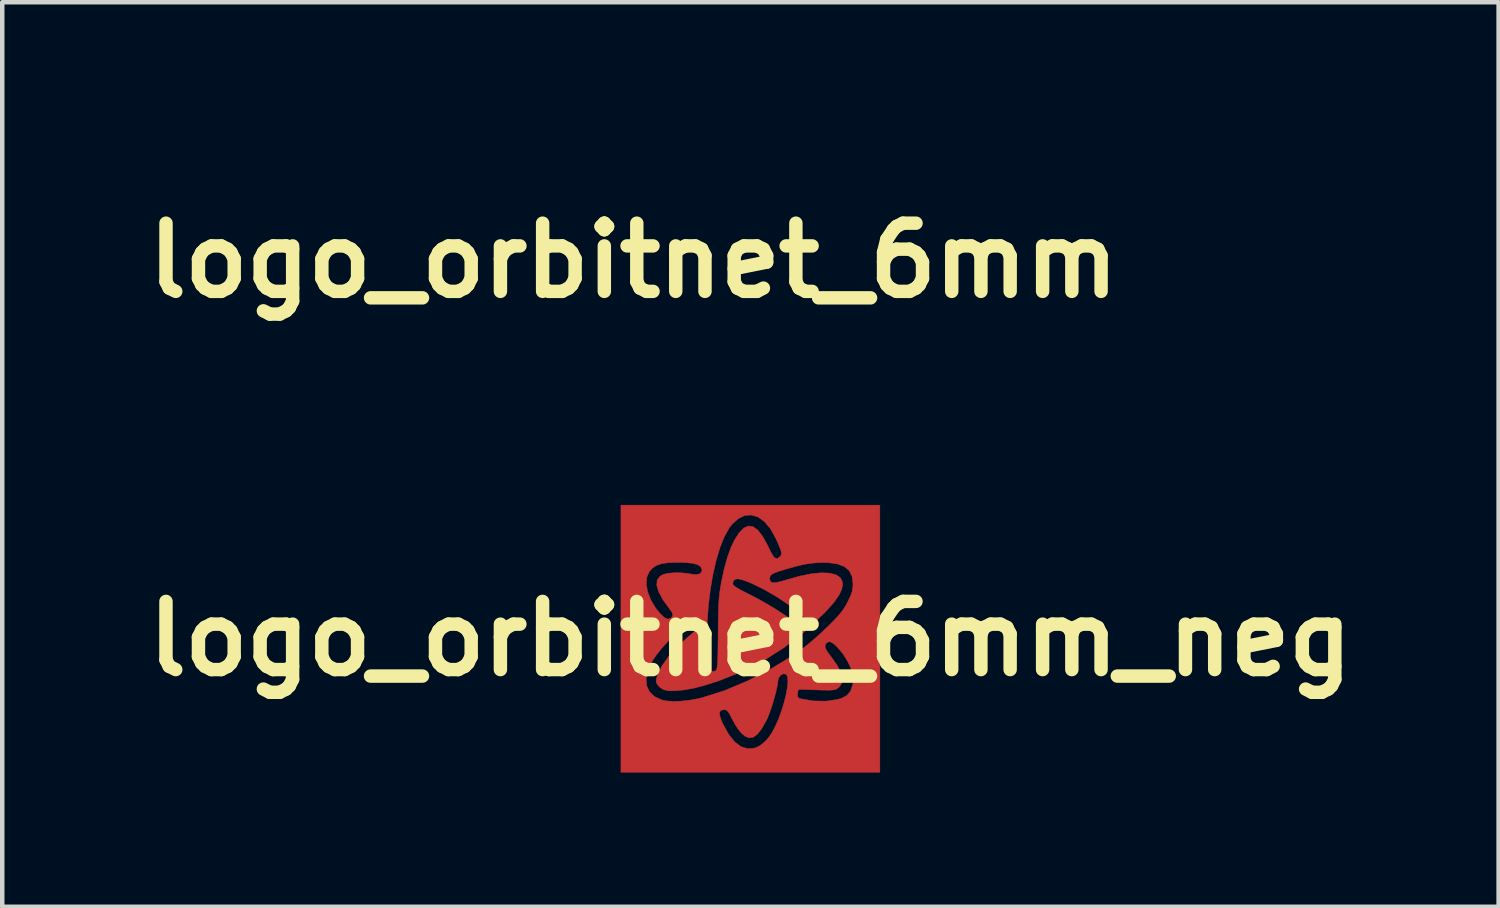
<source format=kicad_pcb>
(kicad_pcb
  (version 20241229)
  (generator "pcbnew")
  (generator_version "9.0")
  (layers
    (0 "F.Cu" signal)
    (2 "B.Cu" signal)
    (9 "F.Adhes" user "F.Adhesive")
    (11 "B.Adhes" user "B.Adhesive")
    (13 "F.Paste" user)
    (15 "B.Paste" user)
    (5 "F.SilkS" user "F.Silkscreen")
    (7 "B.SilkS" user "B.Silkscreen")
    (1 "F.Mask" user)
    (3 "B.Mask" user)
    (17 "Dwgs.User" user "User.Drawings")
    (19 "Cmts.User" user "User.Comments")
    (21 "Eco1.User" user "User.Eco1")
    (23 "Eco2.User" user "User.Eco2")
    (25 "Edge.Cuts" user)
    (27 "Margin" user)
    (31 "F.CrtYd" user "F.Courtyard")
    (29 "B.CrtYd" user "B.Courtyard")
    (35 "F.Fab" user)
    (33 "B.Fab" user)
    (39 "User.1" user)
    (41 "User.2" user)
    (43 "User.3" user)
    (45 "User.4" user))
  (footprint "logo_orbitnet_6mm_neg"
    (layer "F.Cu")
    (at 13.723 11.227)
    (property "Reference" "logo_orbitnet_6mm_neg" (at 0 0 0) (layer "F.SilkS") (effects (font (size 1.524 1.524) (thickness 0.3))))
    (attr through_hole)
    (fp_poly (pts (xy 2.894 2.986) (xy -2.894 2.986) (xy -2.894 1.64) (xy -0.69 1.64) (xy -0.686 1.718) (xy -0.646 1.835) (xy -0.61 1.914) (xy -0.484 2.141) (xy -0.35 2.307) (xy -0.209 2.413) (xy -0.06 2.458) (xy 0.095 2.443) (xy 0.175 2.412) (xy 0.257 2.358) (xy 0.348 2.277) (xy 0.394 2.227) (xy 0.476 2.109) (xy 0.556 1.96) (xy 0.632 1.788) (xy 0.699 1.603) (xy 0.756 1.416) (xy 0.8 1.237) (xy 0.803 1.223) (xy 1.053 1.223) (xy 1.054 1.295) (xy 1.084 1.33) (xy 1.115 1.34) (xy 1.405 1.39) (xy 1.687 1.396) (xy 1.945 1.358) (xy 2.04 1.33) (xy 2.157 1.268) (xy 2.237 1.173) (xy 2.287 1.034) (xy 2.301 0.95) (xy 2.294 0.82) (xy 2.248 0.664) (xy 2.17 0.497) (xy 2.067 0.335) (xy 1.946 0.19) (xy 1.901 0.146) (xy 1.819 0.082) (xy 1.759 0.065) (xy 1.707 0.091) (xy 1.699 0.099) (xy 1.67 0.143) (xy 1.671 0.195) (xy 1.706 0.268) (xy 1.78 0.371) (xy 1.798 0.395) (xy 1.934 0.586) (xy 2.02 0.746) (xy 2.057 0.878) (xy 2.046 0.987) (xy 1.988 1.075) (xy 1.983 1.08) (xy 1.943 1.114) (xy 1.9 1.135) (xy 1.84 1.146) (xy 1.749 1.15) (xy 1.612 1.148) (xy 1.591 1.147) (xy 1.445 1.143) (xy 1.31 1.139) (xy 1.207 1.134) (xy 1.17 1.132) (xy 1.097 1.131) (xy 1.065 1.155) (xy 1.053 1.22) (xy 1.053 1.223) (xy 0.803 1.223) (xy 0.829 1.075) (xy 0.838 0.939) (xy 0.827 0.841) (xy 0.795 0.791) (xy 0.734 0.783) (xy 0.673 0.818) (xy 0.628 0.882) (xy 0.616 0.94) (xy 0.605 1.031) (xy 0.577 1.163) (xy 0.536 1.319) (xy 0.487 1.483) (xy 0.435 1.638) (xy 0.385 1.767) (xy 0.362 1.816) (xy 0.257 2.003) (xy 0.159 2.131) (xy 0.064 2.202) (xy -0.029 2.216) (xy -0.126 2.175) (xy -0.208 2.103) (xy -0.278 2.014) (xy -0.353 1.896) (xy -0.412 1.787) (xy -0.467 1.679) (xy -0.51 1.617) (xy -0.551 1.59) (xy -0.582 1.586) (xy -0.655 1.598) (xy -0.69 1.64) (xy -2.894 1.64) (xy -2.894 0.885) (xy -2.331 0.885) (xy -2.318 1.051) (xy -2.252 1.19) (xy -2.136 1.297) (xy -1.972 1.37) (xy -1.893 1.388) (xy -1.75 1.401) (xy -1.568 1.396) (xy -1.367 1.375) (xy -1.166 1.339) (xy -1.079 1.318) (xy -0.577 1.159) (xy -0.061 0.942) (xy 0.468 0.666) (xy 0.743 0.503) (xy 0.979 0.352) (xy 1.185 0.206) (xy 1.38 0.049) (xy 1.582 -0.131) (xy 1.728 -0.27) (xy 1.873 -0.414) (xy 1.981 -0.531) (xy 2.062 -0.634) (xy 2.128 -0.736) (xy 2.175 -0.822) (xy 2.238 -0.956) (xy 2.275 -1.06) (xy 2.29 -1.157) (xy 2.293 -1.232) (xy 2.272 -1.396) (xy 2.208 -1.523) (xy 2.1 -1.614) (xy 1.944 -1.673) (xy 1.738 -1.7) (xy 1.627 -1.702) (xy 1.477 -1.698) (xy 1.339 -1.685) (xy 1.196 -1.661) (xy 1.033 -1.623) (xy 0.832 -1.567) (xy 0.77 -1.549) (xy 0.622 -1.503) (xy 0.524 -1.466) (xy 0.467 -1.431) (xy 0.439 -1.393) (xy 0.431 -1.344) (xy 0.431 -1.338) (xy 0.444 -1.282) (xy 0.486 -1.255) (xy 0.564 -1.254) (xy 0.686 -1.28) (xy 0.818 -1.319) (xy 1.107 -1.401) (xy 1.365 -1.453) (xy 1.588 -1.474) (xy 1.773 -1.466) (xy 1.915 -1.429) (xy 2.012 -1.362) (xy 2.059 -1.267) (xy 2.063 -1.222) (xy 2.042 -1.103) (xy 1.976 -0.967) (xy 1.864 -0.81) (xy 1.702 -0.627) (xy 1.632 -0.555) (xy 1.198 -0.15) (xy 0.753 0.197) (xy 0.289 0.493) (xy -0.202 0.742) (xy -0.729 0.948) (xy -1.058 1.052) (xy -1.279 1.108) (xy -1.489 1.145) (xy -1.676 1.164) (xy -1.83 1.163) (xy -1.936 1.14) (xy -2.019 1.09) (xy -2.077 1.029) (xy -2.105 0.973) (xy -2.106 0.915) (xy -2.083 0.835) (xy -1.978 0.61) (xy -1.817 0.379) (xy -1.608 0.15) (xy -1.415 -0.02) (xy -0.969 -0.02) (xy -0.958 0.254) (xy -0.942 0.45) (xy -0.922 0.591) (xy -0.896 0.681) (xy -0.863 0.726) (xy -0.819 0.732) (xy -0.771 0.71) (xy -0.757 0.692) (xy -0.746 0.653) (xy -0.738 0.586) (xy -0.731 0.486) (xy -0.727 0.345) (xy -0.724 0.156) (xy -0.722 -0.087) (xy -0.722 -0.113) (xy -0.72 -0.375) (xy -0.716 -0.585) (xy -0.71 -0.756) (xy -0.701 -0.898) (xy -0.688 -1.022) (xy -0.671 -1.139) (xy -0.653 -1.24) (xy -0.394 -1.24) (xy -0.39 -1.212) (xy -0.362 -1.18) (xy -0.304 -1.139) (xy -0.209 -1.085) (xy -0.068 -1.013) (xy 0.006 -0.976) (xy 0.187 -0.882) (xy 0.381 -0.772) (xy 0.565 -0.661) (xy 0.717 -0.561) (xy 0.724 -0.557) (xy 0.896 -0.441) (xy 1.029 -0.369) (xy 1.127 -0.338) (xy 1.192 -0.347) (xy 1.218 -0.372) (xy 1.222 -0.428) (xy 1.176 -0.503) (xy 1.076 -0.597) (xy 0.938 -0.703) (xy 0.616 -0.921) (xy 0.307 -1.102) (xy 0.021 -1.241) (xy -0.032 -1.263) (xy -0.179 -1.317) (xy -0.281 -1.339) (xy -0.346 -1.329) (xy -0.382 -1.287) (xy -0.394 -1.24) (xy -0.653 -1.24) (xy -0.652 -1.25) (xy -0.585 -1.562) (xy -0.513 -1.822) (xy -0.434 -2.04) (xy -0.361 -2.195) (xy -0.256 -2.364) (xy -0.151 -2.472) (xy -0.047 -2.519) (xy 0.059 -2.504) (xy 0.165 -2.428) (xy 0.272 -2.291) (xy 0.381 -2.092) (xy 0.391 -2.071) (xy 0.461 -1.929) (xy 0.516 -1.839) (xy 0.562 -1.797) (xy 0.607 -1.795) (xy 0.655 -1.83) (xy 0.661 -1.835) (xy 0.686 -1.867) (xy 0.695 -1.906) (xy 0.685 -1.962) (xy 0.654 -2.047) (xy 0.601 -2.171) (xy 0.563 -2.252) (xy 0.445 -2.463) (xy 0.313 -2.619) (xy 0.171 -2.721) (xy 0.023 -2.766) (xy -0.126 -2.755) (xy -0.272 -2.685) (xy -0.411 -2.558) (xy -0.476 -2.472) (xy -0.583 -2.28) (xy -0.68 -2.037) (xy -0.766 -1.751) (xy -0.839 -1.433) (xy -0.897 -1.091) (xy -0.94 -0.736) (xy -0.964 -0.375) (xy -0.969 -0.02) (xy -1.415 -0.02) (xy -1.379 -0.051) (xy -1.281 -0.133) (xy -1.202 -0.205) (xy -1.155 -0.255) (xy -1.148 -0.267) (xy -1.153 -0.327) (xy -1.199 -0.382) (xy -1.267 -0.416) (xy -1.328 -0.415) (xy -1.374 -0.386) (xy -1.453 -0.321) (xy -1.556 -0.227) (xy -1.676 -0.113) (xy -1.755 -0.033) (xy -1.959 0.185) (xy -2.114 0.377) (xy -2.225 0.551) (xy -2.295 0.712) (xy -2.329 0.867) (xy -2.331 0.885) (xy -2.894 0.885) (xy -2.894 -1.218) (xy -2.327 -1.218) (xy -2.295 -1.044) (xy -2.223 -0.862) (xy -2.114 -0.68) (xy -2.028 -0.572) (xy -1.928 -0.476) (xy -1.846 -0.438) (xy -1.779 -0.457) (xy -1.745 -0.498) (xy -1.733 -0.542) (xy -1.758 -0.6) (xy -1.803 -0.662) (xy -1.953 -0.869) (xy -2.049 -1.046) (xy -2.093 -1.193) (xy -2.084 -1.31) (xy -2.021 -1.396) (xy -1.955 -1.434) (xy -1.845 -1.462) (xy -1.697 -1.475) (xy -1.534 -1.473) (xy -1.379 -1.456) (xy -1.33 -1.446) (xy -1.208 -1.433) (xy -1.124 -1.454) (xy -1.084 -1.509) (xy -1.083 -1.549) (xy -1.111 -1.61) (xy -1.178 -1.655) (xy -1.289 -1.685) (xy -1.451 -1.702) (xy -1.616 -1.706) (xy -1.824 -1.701) (xy -1.983 -1.679) (xy -2.103 -1.637) (xy -2.197 -1.572) (xy -2.261 -1.499) (xy -2.316 -1.373) (xy -2.327 -1.218) (xy -2.894 -1.218) (xy -2.894 -2.986) (xy 2.894 -2.986) (xy 2.894 2.986)) (stroke (width 0.01) (type solid)) (fill yes) (layer "F.Cu")))
  (footprint "logo_orbitnet_6mm"
    (layer "F.Cu")
    (at 11.111 2.773)
    (property "Reference" "logo_orbitnet_6mm" (at 0 0 0) (layer "F.SilkS") (effects (font (size 1.524 1.524) (thickness 0.3))))
    (attr through_hole)
    (fp_poly (pts (xy -0.252 -1.335) (xy -0.135 -1.302) (xy -0.032 -1.263) (xy 0.247 -1.133) (xy 0.553 -0.96) (xy 0.873 -0.749) (xy 0.938 -0.703) (xy 1.087 -0.588) (xy 1.182 -0.495) (xy 1.224 -0.423) (xy 1.218 -0.372) (xy 1.172 -0.339) (xy 1.095 -0.344) (xy 0.986 -0.39) (xy 0.839 -0.478) (xy 0.724 -0.557) (xy 0.574 -0.656) (xy 0.391 -0.767) (xy 0.197 -0.877) (xy 0.015 -0.972) (xy 0.006 -0.976) (xy -0.156 -1.058) (xy -0.27 -1.119) (xy -0.342 -1.164) (xy -0.381 -1.199) (xy -0.395 -1.228) (xy -0.394 -1.24) (xy -0.373 -1.305) (xy -0.328 -1.336) (xy -0.252 -1.335)) (stroke (width 0.01) (type solid)) (fill yes) (layer "F.Mask"))
    (fp_poly (pts (xy -1.411 -1.699) (xy -1.26 -1.68) (xy -1.159 -1.647) (xy -1.102 -1.598) (xy -1.083 -1.549) (xy -1.098 -1.479) (xy -1.16 -1.44) (xy -1.263 -1.434) (xy -1.33 -1.446) (xy -1.436 -1.463) (xy -1.569 -1.474) (xy -1.656 -1.477) (xy -1.846 -1.463) (xy -1.983 -1.418) (xy -2.066 -1.344) (xy -2.096 -1.239) (xy -2.072 -1.103) (xy -1.994 -0.938) (xy -1.864 -0.741) (xy -1.803 -0.662) (xy -1.748 -0.584) (xy -1.733 -0.53) (xy -1.745 -0.498) (xy -1.802 -0.443) (xy -1.874 -0.446) (xy -1.963 -0.505) (xy -2.028 -0.572) (xy -2.159 -0.748) (xy -2.254 -0.931) (xy -2.312 -1.111) (xy -2.328 -1.279) (xy -2.301 -1.424) (xy -2.261 -1.499) (xy -2.181 -1.586) (xy -2.083 -1.647) (xy -1.956 -1.685) (xy -1.789 -1.703) (xy -1.616 -1.706) (xy -1.411 -1.699)) (stroke (width 0.01) (type solid)) (fill yes) (layer "F.Mask"))
    (fp_poly (pts (xy 0.795 0.791) (xy 0.828 0.847) (xy 0.838 0.949) (xy 0.827 1.087) (xy 0.797 1.251) (xy 0.752 1.432) (xy 0.694 1.618) (xy 0.626 1.802) (xy 0.55 1.973) (xy 0.469 2.12) (xy 0.394 2.227) (xy 0.251 2.364) (xy 0.102 2.441) (xy -0.05 2.458) (xy -0.204 2.414) (xy -0.208 2.412) (xy -0.345 2.313) (xy -0.476 2.154) (xy -0.6 1.934) (xy -0.61 1.914) (xy -0.67 1.773) (xy -0.693 1.676) (xy -0.678 1.616) (xy -0.624 1.589) (xy -0.582 1.586) (xy -0.537 1.596) (xy -0.497 1.633) (xy -0.45 1.71) (xy -0.412 1.787) (xy -0.346 1.909) (xy -0.27 2.026) (xy -0.208 2.103) (xy -0.107 2.187) (xy -0.012 2.217) (xy 0.082 2.193) (xy 0.177 2.112) (xy 0.276 1.973) (xy 0.362 1.816) (xy 0.41 1.705) (xy 0.462 1.56) (xy 0.513 1.399) (xy 0.559 1.237) (xy 0.594 1.091) (xy 0.613 0.978) (xy 0.616 0.94) (xy 0.637 0.864) (xy 0.688 0.806) (xy 0.751 0.78) (xy 0.795 0.791)) (stroke (width 0.01) (type solid)) (fill yes) (layer "F.Mask"))
    (fp_poly (pts (xy 1.809 0.077) (xy 1.887 0.134) (xy 1.901 0.146) (xy 2.026 0.281) (xy 2.136 0.439) (xy 2.224 0.606) (xy 2.282 0.767) (xy 2.304 0.908) (xy 2.301 0.95) (xy 2.264 1.112) (xy 2.2 1.227) (xy 2.101 1.304) (xy 2.04 1.33) (xy 1.862 1.374) (xy 1.656 1.397) (xy 1.454 1.398) (xy 1.34 1.385) (xy 1.204 1.36) (xy 1.118 1.34) (xy 1.07 1.318) (xy 1.052 1.288) (xy 1.051 1.245) (xy 1.053 1.223) (xy 1.064 1.157) (xy 1.096 1.132) (xy 1.167 1.132) (xy 1.17 1.132) (xy 1.247 1.136) (xy 1.367 1.141) (xy 1.509 1.145) (xy 1.591 1.147) (xy 1.734 1.15) (xy 1.83 1.147) (xy 1.893 1.137) (xy 1.938 1.117) (xy 1.978 1.085) (xy 1.983 1.08) (xy 2.044 0.993) (xy 2.058 0.886) (xy 2.023 0.755) (xy 1.941 0.597) (xy 1.808 0.408) (xy 1.798 0.395) (xy 1.717 0.285) (xy 1.675 0.207) (xy 1.668 0.152) (xy 1.692 0.107) (xy 1.699 0.099) (xy 1.751 0.066) (xy 1.809 0.077)) (stroke (width 0.01) (type solid)) (fill yes) (layer "F.Mask"))
    (fp_poly (pts (xy 0.098 -2.75) (xy 0.244 -2.677) (xy 0.381 -2.548) (xy 0.507 -2.364) (xy 0.563 -2.252) (xy 0.63 -2.105) (xy 0.672 -2.001) (xy 0.692 -1.932) (xy 0.692 -1.885) (xy 0.675 -1.851) (xy 0.661 -1.835) (xy 0.611 -1.797) (xy 0.567 -1.795) (xy 0.521 -1.833) (xy 0.467 -1.917) (xy 0.399 -2.053) (xy 0.391 -2.071) (xy 0.284 -2.272) (xy 0.182 -2.414) (xy 0.081 -2.496) (xy -0.02 -2.521) (xy -0.123 -2.488) (xy -0.177 -2.449) (xy -0.287 -2.324) (xy -0.39 -2.141) (xy -0.485 -1.901) (xy -0.572 -1.609) (xy -0.648 -1.266) (xy -0.652 -1.25) (xy -0.673 -1.13) (xy -0.689 -1.013) (xy -0.702 -0.889) (xy -0.71 -0.745) (xy -0.716 -0.572) (xy -0.72 -0.358) (xy -0.722 -0.113) (xy -0.724 0.135) (xy -0.727 0.329) (xy -0.731 0.474) (xy -0.737 0.578) (xy -0.745 0.648) (xy -0.756 0.689) (xy -0.77 0.709) (xy -0.771 0.71) (xy -0.829 0.736) (xy -0.871 0.716) (xy -0.893 0.692) (xy -0.912 0.642) (xy -0.93 0.54) (xy -0.947 0.398) (xy -0.958 0.254) (xy -0.97 -0.091) (xy -0.961 -0.448) (xy -0.933 -0.808) (xy -0.887 -1.162) (xy -0.825 -1.499) (xy -0.749 -1.812) (xy -0.661 -2.09) (xy -0.562 -2.323) (xy -0.476 -2.472) (xy -0.342 -2.629) (xy -0.199 -2.728) (xy -0.051 -2.768) (xy 0.098 -2.75)) (stroke (width 0.01) (type solid)) (fill yes) (layer "F.Mask"))
    (fp_poly (pts (xy 1.857 -1.689) (xy 2.036 -1.645) (xy 2.165 -1.569) (xy 2.248 -1.458) (xy 2.288 -1.311) (xy 2.293 -1.232) (xy 2.287 -1.127) (xy 2.266 -1.03) (xy 2.222 -0.919) (xy 2.175 -0.822) (xy 2.06 -0.639) (xy 1.897 -0.438) (xy 1.692 -0.227) (xy 1.454 -0.012) (xy 1.189 0.199) (xy 0.905 0.4) (xy 0.743 0.503) (xy 0.371 0.72) (xy 0.001 0.911) (xy -0.362 1.073) (xy -0.711 1.206) (xy -1.04 1.307) (xy -1.342 1.374) (xy -1.613 1.404) (xy -1.844 1.396) (xy -1.893 1.388) (xy -2.075 1.331) (xy -2.211 1.237) (xy -2.298 1.111) (xy -2.332 0.955) (xy -2.331 0.885) (xy -2.301 0.73) (xy -2.235 0.57) (xy -2.129 0.399) (xy -1.98 0.209) (xy -1.782 -0.006) (xy -1.755 -0.033) (xy -1.631 -0.156) (xy -1.516 -0.264) (xy -1.421 -0.348) (xy -1.353 -0.401) (xy -1.328 -0.415) (xy -1.257 -0.413) (xy -1.191 -0.375) (xy -1.15 -0.319) (xy -1.148 -0.267) (xy -1.179 -0.228) (xy -1.247 -0.163) (xy -1.338 -0.084) (xy -1.379 -0.051) (xy -1.629 0.171) (xy -1.835 0.401) (xy -1.99 0.631) (xy -2.083 0.835) (xy -2.107 0.92) (xy -2.104 0.977) (xy -2.077 1.029) (xy -2.013 1.094) (xy -1.936 1.14) (xy -1.829 1.163) (xy -1.675 1.164) (xy -1.488 1.145) (xy -1.278 1.107) (xy -1.058 1.052) (xy -0.507 0.868) (xy 0.004 0.645) (xy 0.483 0.377) (xy 0.938 0.061) (xy 1.377 -0.31) (xy 1.632 -0.555) (xy 1.812 -0.748) (xy 1.942 -0.914) (xy 2.023 -1.057) (xy 2.06 -1.181) (xy 2.063 -1.222) (xy 2.036 -1.328) (xy 1.958 -1.406) (xy 1.834 -1.455) (xy 1.665 -1.475) (xy 1.456 -1.465) (xy 1.211 -1.425) (xy 0.934 -1.355) (xy 0.818 -1.319) (xy 0.657 -1.272) (xy 0.544 -1.252) (xy 0.474 -1.258) (xy 0.439 -1.292) (xy 0.431 -1.338) (xy 0.437 -1.388) (xy 0.462 -1.427) (xy 0.516 -1.462) (xy 0.609 -1.499) (xy 0.751 -1.543) (xy 0.77 -1.549) (xy 0.983 -1.61) (xy 1.155 -1.653) (xy 1.302 -1.68) (xy 1.44 -1.696) (xy 1.585 -1.702) (xy 1.627 -1.702) (xy 1.857 -1.689)) (stroke (width 0.01) (type solid)) (fill yes) (layer "F.Mask")))
  (gr_rect
    (start -3 -3)
    (end 30.447 17.218)
    (stroke (width 0.1) (type default))
    (fill no)
    (layer "Edge.Cuts")))
</source>
